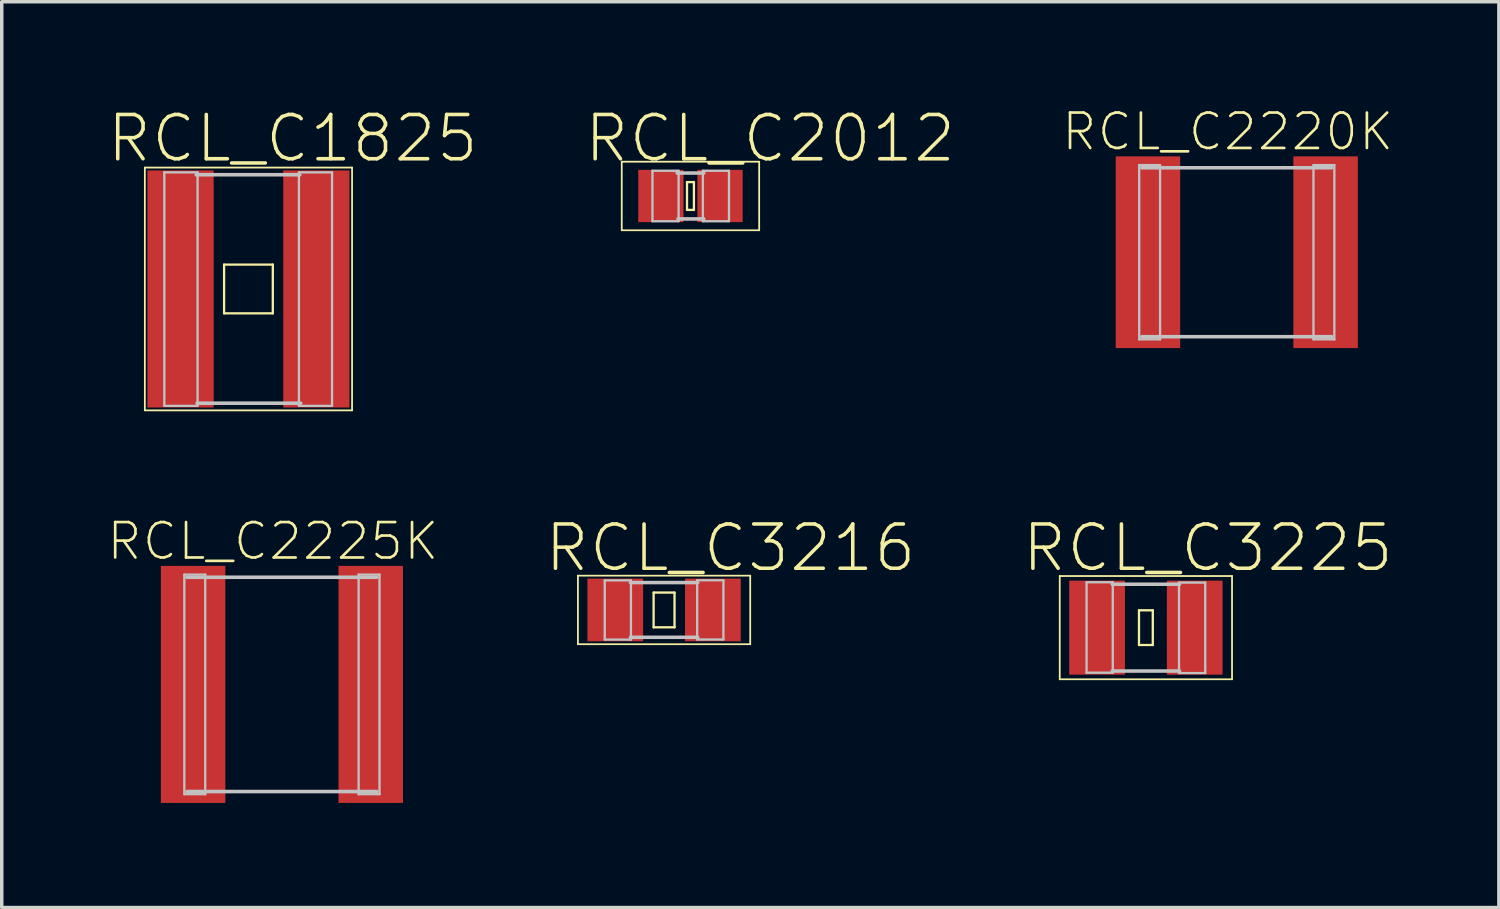
<source format=kicad_pcb>
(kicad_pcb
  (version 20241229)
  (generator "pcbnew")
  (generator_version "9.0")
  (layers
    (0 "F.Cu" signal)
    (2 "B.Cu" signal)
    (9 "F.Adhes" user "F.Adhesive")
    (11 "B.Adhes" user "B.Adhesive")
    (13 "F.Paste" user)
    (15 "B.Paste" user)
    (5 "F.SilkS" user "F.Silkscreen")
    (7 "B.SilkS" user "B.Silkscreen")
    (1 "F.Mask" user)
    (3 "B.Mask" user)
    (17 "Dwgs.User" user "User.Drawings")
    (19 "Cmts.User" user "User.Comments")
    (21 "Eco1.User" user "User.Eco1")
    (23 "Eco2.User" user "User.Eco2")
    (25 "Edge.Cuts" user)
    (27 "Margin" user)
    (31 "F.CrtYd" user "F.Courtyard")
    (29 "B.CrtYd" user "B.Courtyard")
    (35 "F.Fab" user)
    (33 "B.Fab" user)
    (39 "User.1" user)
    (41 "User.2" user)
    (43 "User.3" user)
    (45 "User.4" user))
  (footprint "RCL_C2012"
    (layer "F.Cu")
    (at 16.756 2.572)
    (property "Reference" "RCL_C2012" (at 2.286 -1.651 0) (layer "F.SilkS") (effects (font (size 1.27 1.27) (thickness 0.102))))
    (attr smd)
    (fp_line (start -1.971 -0.983) (end 1.971 -0.983) (stroke (width 0.051) (type solid)) (layer "F.SilkS"))
    (fp_line (start -1.971 0.983) (end -1.971 -0.983) (stroke (width 0.051) (type solid)) (layer "F.SilkS"))
    (fp_line (start -0.099 -0.399) (end 0.099 -0.399) (stroke (width 0.066) (type solid)) (layer "F.SilkS"))
    (fp_line (start -0.099 0.399) (end -0.099 -0.399) (stroke (width 0.066) (type solid)) (layer "F.SilkS"))
    (fp_line (start -0.099 0.399) (end 0.099 0.399) (stroke (width 0.066) (type solid)) (layer "F.SilkS"))
    (fp_line (start 0.099 0.399) (end 0.099 -0.399) (stroke (width 0.066) (type solid)) (layer "F.SilkS"))
    (fp_line (start 1.971 -0.983) (end 1.971 0.983) (stroke (width 0.051) (type solid)) (layer "F.SilkS"))
    (fp_line (start 1.971 0.983) (end -1.971 0.983) (stroke (width 0.051) (type solid)) (layer "F.SilkS"))
    (fp_line (start -1.09 -0.724) (end -0.34 -0.724) (stroke (width 0.066) (type solid)) (layer "Dwgs.User"))
    (fp_line (start -1.09 0.724) (end -1.09 -0.724) (stroke (width 0.066) (type solid)) (layer "Dwgs.User"))
    (fp_line (start -1.09 0.724) (end -0.34 0.724) (stroke (width 0.066) (type solid)) (layer "Dwgs.User"))
    (fp_line (start -0.381 -0.658) (end 0.381 -0.658) (stroke (width 0.102) (type solid)) (layer "Dwgs.User"))
    (fp_line (start -0.356 0.658) (end 0.381 0.658) (stroke (width 0.102) (type solid)) (layer "Dwgs.User"))
    (fp_line (start -0.34 0.724) (end -0.34 -0.724) (stroke (width 0.066) (type solid)) (layer "Dwgs.User"))
    (fp_line (start 0.356 -0.724) (end 1.105 -0.724) (stroke (width 0.066) (type solid)) (layer "Dwgs.User"))
    (fp_line (start 0.356 0.724) (end 0.356 -0.724) (stroke (width 0.066) (type solid)) (layer "Dwgs.User"))
    (fp_line (start 0.356 0.724) (end 1.105 0.724) (stroke (width 0.066) (type solid)) (layer "Dwgs.User"))
    (fp_line (start 1.105 0.724) (end 1.105 -0.724) (stroke (width 0.066) (type solid)) (layer "Dwgs.User"))
    (pad "1" smd rect (at -0.848 0) (size 1.298 1.499) (layers "F.Cu" "F.Mask" "F.Paste"))
    (pad "2" smd rect (at 0.848 0) (size 1.298 1.499) (layers "F.Cu" "F.Mask" "F.Paste")))
  (footprint "RCL_C1825"
    (layer "F.Cu")
    (at 4.077 5.239)
    (property "Reference" "RCL_C1825" (at 1.27 -4.318 0) (layer "F.SilkS") (effects (font (size 1.27 1.27) (thickness 0.102))))
    (attr smd)
    (fp_line (start -2.972 -3.482) (end 2.972 -3.482) (stroke (width 0.051) (type solid)) (layer "F.SilkS"))
    (fp_line (start -2.972 3.482) (end -2.972 -3.482) (stroke (width 0.051) (type solid)) (layer "F.SilkS"))
    (fp_line (start -0.699 -0.699) (end 0.699 -0.699) (stroke (width 0.066) (type solid)) (layer "F.SilkS"))
    (fp_line (start -0.699 0.699) (end -0.699 -0.699) (stroke (width 0.066) (type solid)) (layer "F.SilkS"))
    (fp_line (start -0.699 0.699) (end 0.699 0.699) (stroke (width 0.066) (type solid)) (layer "F.SilkS"))
    (fp_line (start 0.699 0.699) (end 0.699 -0.699) (stroke (width 0.066) (type solid)) (layer "F.SilkS"))
    (fp_line (start 2.972 -3.482) (end 2.972 3.482) (stroke (width 0.051) (type solid)) (layer "F.SilkS"))
    (fp_line (start 2.972 3.482) (end -2.972 3.482) (stroke (width 0.051) (type solid)) (layer "F.SilkS"))
    (fp_line (start -2.413 -3.345) (end -1.46 -3.345) (stroke (width 0.066) (type solid)) (layer "Dwgs.User"))
    (fp_line (start -2.413 3.353) (end -2.413 -3.345) (stroke (width 0.066) (type solid)) (layer "Dwgs.User"))
    (fp_line (start -2.413 3.353) (end -1.46 3.353) (stroke (width 0.066) (type solid)) (layer "Dwgs.User"))
    (fp_line (start -1.499 -3.277) (end 1.473 -3.277) (stroke (width 0.102) (type solid)) (layer "Dwgs.User"))
    (fp_line (start -1.473 3.277) (end 1.499 3.277) (stroke (width 0.102) (type solid)) (layer "Dwgs.User"))
    (fp_line (start -1.46 3.353) (end -1.46 -3.345) (stroke (width 0.066) (type solid)) (layer "Dwgs.User"))
    (fp_line (start 1.448 -3.345) (end 2.398 -3.345) (stroke (width 0.066) (type solid)) (layer "Dwgs.User"))
    (fp_line (start 1.448 3.353) (end 1.448 -3.345) (stroke (width 0.066) (type solid)) (layer "Dwgs.User"))
    (fp_line (start 1.448 3.353) (end 2.398 3.353) (stroke (width 0.066) (type solid)) (layer "Dwgs.User"))
    (fp_line (start 2.398 3.353) (end 2.398 -3.345) (stroke (width 0.066) (type solid)) (layer "Dwgs.User"))
    (pad "1" smd rect (at -1.948 0) (size 1.9 6.8) (layers "F.Cu" "F.Mask" "F.Paste"))
    (pad "2" smd rect (at 1.948 0) (size 1.9 6.8) (layers "F.Cu" "F.Mask" "F.Paste")))
  (footprint "RCL_C2225K"
    (layer "F.Cu")
    (at 5.037 16.582)
    (property "Reference" "RCL_C2225K" (at -0.259 -4.107 0) (layer "F.SilkS") (effects (font (size 1.016 1.016) (thickness 0.076))))
    (attr smd)
    (fp_line (start -2.799 -3.15) (end -2.2 -3.15) (stroke (width 0.066) (type solid)) (layer "Dwgs.User"))
    (fp_line (start -2.799 3.15) (end -2.799 -3.15) (stroke (width 0.066) (type solid)) (layer "Dwgs.User"))
    (fp_line (start -2.799 3.15) (end -2.2 3.15) (stroke (width 0.066) (type solid)) (layer "Dwgs.User"))
    (fp_line (start -2.723 -3.073) (end 2.723 -3.073) (stroke (width 0.102) (type solid)) (layer "Dwgs.User"))
    (fp_line (start -2.2 3.15) (end -2.2 -3.15) (stroke (width 0.066) (type solid)) (layer "Dwgs.User"))
    (fp_line (start 2.2 -3.15) (end 2.799 -3.15) (stroke (width 0.066) (type solid)) (layer "Dwgs.User"))
    (fp_line (start 2.2 3.15) (end 2.2 -3.15) (stroke (width 0.066) (type solid)) (layer "Dwgs.User"))
    (fp_line (start 2.2 3.15) (end 2.799 3.15) (stroke (width 0.066) (type solid)) (layer "Dwgs.User"))
    (fp_line (start 2.723 3.073) (end -2.723 3.073) (stroke (width 0.102) (type solid)) (layer "Dwgs.User"))
    (fp_line (start 2.799 3.15) (end 2.799 -3.15) (stroke (width 0.066) (type solid)) (layer "Dwgs.User"))
    (pad "1" smd rect (at -2.548 0) (size 1.849 6.8) (layers "F.Cu" "F.Mask" "F.Paste"))
    (pad "2" smd rect (at 2.548 0) (size 1.849 6.8) (layers "F.Cu" "F.Mask" "F.Paste")))
  (footprint "RCL_C3216"
    (layer "F.Cu")
    (at 15.999 14.446)
    (property "Reference" "RCL_C3216" (at 1.905 -1.778 0) (layer "F.SilkS") (effects (font (size 1.27 1.27) (thickness 0.102))))
    (attr smd)
    (fp_line (start -2.471 -0.983) (end 2.471 -0.983) (stroke (width 0.051) (type solid)) (layer "F.SilkS"))
    (fp_line (start -2.471 0.983) (end -2.471 -0.983) (stroke (width 0.051) (type solid)) (layer "F.SilkS"))
    (fp_line (start -0.3 -0.498) (end 0.3 -0.498) (stroke (width 0.066) (type solid)) (layer "F.SilkS"))
    (fp_line (start -0.3 0.498) (end -0.3 -0.498) (stroke (width 0.066) (type solid)) (layer "F.SilkS"))
    (fp_line (start -0.3 0.498) (end 0.3 0.498) (stroke (width 0.066) (type solid)) (layer "F.SilkS"))
    (fp_line (start 0.3 0.498) (end 0.3 -0.498) (stroke (width 0.066) (type solid)) (layer "F.SilkS"))
    (fp_line (start 2.471 -0.983) (end 2.471 0.983) (stroke (width 0.051) (type solid)) (layer "F.SilkS"))
    (fp_line (start 2.471 0.983) (end -2.471 0.983) (stroke (width 0.051) (type solid)) (layer "F.SilkS"))
    (fp_line (start -1.702 -0.848) (end -0.95 -0.848) (stroke (width 0.066) (type solid)) (layer "Dwgs.User"))
    (fp_line (start -1.702 0.851) (end -1.702 -0.848) (stroke (width 0.066) (type solid)) (layer "Dwgs.User"))
    (fp_line (start -1.702 0.851) (end -0.95 0.851) (stroke (width 0.066) (type solid)) (layer "Dwgs.User"))
    (fp_line (start -0.963 -0.785) (end 0.963 -0.785) (stroke (width 0.102) (type solid)) (layer "Dwgs.User"))
    (fp_line (start -0.963 0.785) (end 0.963 0.785) (stroke (width 0.102) (type solid)) (layer "Dwgs.User"))
    (fp_line (start -0.95 0.851) (end -0.95 -0.848) (stroke (width 0.066) (type solid)) (layer "Dwgs.User"))
    (fp_line (start 0.95 -0.851) (end 1.702 -0.851) (stroke (width 0.066) (type solid)) (layer "Dwgs.User"))
    (fp_line (start 0.95 0.848) (end 0.95 -0.851) (stroke (width 0.066) (type solid)) (layer "Dwgs.User"))
    (fp_line (start 0.95 0.848) (end 1.702 0.848) (stroke (width 0.066) (type solid)) (layer "Dwgs.User"))
    (fp_line (start 1.702 0.848) (end 1.702 -0.851) (stroke (width 0.066) (type solid)) (layer "Dwgs.User"))
    (pad "1" smd rect (at -1.4 0) (size 1.598 1.798) (layers "F.Cu" "F.Mask" "F.Paste"))
    (pad "2" smd rect (at 1.4 0) (size 1.598 1.798) (layers "F.Cu" "F.Mask" "F.Paste")))
  (footprint "RCL_C3225"
    (layer "F.Cu")
    (at 29.82 14.954)
    (property "Reference" "RCL_C3225" (at 1.778 -2.286 0) (layer "F.SilkS") (effects (font (size 1.27 1.27) (thickness 0.102))))
    (attr smd)
    (fp_line (start -2.471 -1.481) (end 2.471 -1.481) (stroke (width 0.051) (type solid)) (layer "F.SilkS"))
    (fp_line (start -2.471 1.481) (end -2.471 -1.481) (stroke (width 0.051) (type solid)) (layer "F.SilkS"))
    (fp_line (start -0.198 -0.498) (end 0.198 -0.498) (stroke (width 0.066) (type solid)) (layer "F.SilkS"))
    (fp_line (start -0.198 0.498) (end -0.198 -0.498) (stroke (width 0.066) (type solid)) (layer "F.SilkS"))
    (fp_line (start -0.198 0.498) (end 0.198 0.498) (stroke (width 0.066) (type solid)) (layer "F.SilkS"))
    (fp_line (start 0.198 0.498) (end 0.198 -0.498) (stroke (width 0.066) (type solid)) (layer "F.SilkS"))
    (fp_line (start 2.471 -1.481) (end 2.471 1.481) (stroke (width 0.051) (type solid)) (layer "F.SilkS"))
    (fp_line (start 2.471 1.481) (end -2.471 1.481) (stroke (width 0.051) (type solid)) (layer "F.SilkS"))
    (fp_line (start -1.702 -1.303) (end -0.95 -1.303) (stroke (width 0.066) (type solid)) (layer "Dwgs.User"))
    (fp_line (start -1.702 1.293) (end -1.702 -1.303) (stroke (width 0.066) (type solid)) (layer "Dwgs.User"))
    (fp_line (start -1.702 1.293) (end -0.95 1.293) (stroke (width 0.066) (type solid)) (layer "Dwgs.User"))
    (fp_line (start -0.965 -1.245) (end 0.965 -1.245) (stroke (width 0.102) (type solid)) (layer "Dwgs.User"))
    (fp_line (start -0.965 1.245) (end 0.965 1.245) (stroke (width 0.102) (type solid)) (layer "Dwgs.User"))
    (fp_line (start -0.95 1.293) (end -0.95 -1.303) (stroke (width 0.066) (type solid)) (layer "Dwgs.User"))
    (fp_line (start 0.95 -1.293) (end 1.702 -1.293) (stroke (width 0.066) (type solid)) (layer "Dwgs.User"))
    (fp_line (start 0.95 1.303) (end 0.95 -1.293) (stroke (width 0.066) (type solid)) (layer "Dwgs.User"))
    (fp_line (start 0.95 1.303) (end 1.702 1.303) (stroke (width 0.066) (type solid)) (layer "Dwgs.User"))
    (fp_line (start 1.702 1.303) (end 1.702 -1.293) (stroke (width 0.066) (type solid)) (layer "Dwgs.User"))
    (pad "1" smd rect (at -1.4 0) (size 1.598 2.697) (layers "F.Cu" "F.Mask" "F.Paste"))
    (pad "2" smd rect (at 1.4 0) (size 1.598 2.697) (layers "F.Cu" "F.Mask" "F.Paste")))
  (footprint "RCL_C2220K"
    (layer "F.Cu")
    (at 32.427 4.185)
    (property "Reference" "RCL_C2220K" (at -0.259 -3.457 0) (layer "F.SilkS") (effects (font (size 1.016 1.016) (thickness 0.076))))
    (attr smd)
    (fp_line (start -2.799 -2.499) (end -2.2 -2.499) (stroke (width 0.066) (type solid)) (layer "Dwgs.User"))
    (fp_line (start -2.799 2.499) (end -2.799 -2.499) (stroke (width 0.066) (type solid)) (layer "Dwgs.User"))
    (fp_line (start -2.799 2.499) (end -2.2 2.499) (stroke (width 0.066) (type solid)) (layer "Dwgs.User"))
    (fp_line (start -2.723 -2.423) (end 2.723 -2.423) (stroke (width 0.102) (type solid)) (layer "Dwgs.User"))
    (fp_line (start -2.2 2.499) (end -2.2 -2.499) (stroke (width 0.066) (type solid)) (layer "Dwgs.User"))
    (fp_line (start 2.2 -2.499) (end 2.799 -2.499) (stroke (width 0.066) (type solid)) (layer "Dwgs.User"))
    (fp_line (start 2.2 2.499) (end 2.2 -2.499) (stroke (width 0.066) (type solid)) (layer "Dwgs.User"))
    (fp_line (start 2.2 2.499) (end 2.799 2.499) (stroke (width 0.066) (type solid)) (layer "Dwgs.User"))
    (fp_line (start 2.723 2.423) (end -2.723 2.423) (stroke (width 0.102) (type solid)) (layer "Dwgs.User"))
    (fp_line (start 2.799 2.499) (end 2.799 -2.499) (stroke (width 0.066) (type solid)) (layer "Dwgs.User"))
    (pad "1" smd rect (at -2.548 0) (size 1.849 5.499) (layers "F.Cu" "F.Mask" "F.Paste"))
    (pad "2" smd rect (at 2.548 0) (size 1.849 5.499) (layers "F.Cu" "F.Mask" "F.Paste")))
  (gr_rect
    (start -3 -3)
    (end 39.946 22.982)
    (stroke (width 0.1) (type default))
    (fill no)
    (layer "Edge.Cuts")))
</source>
